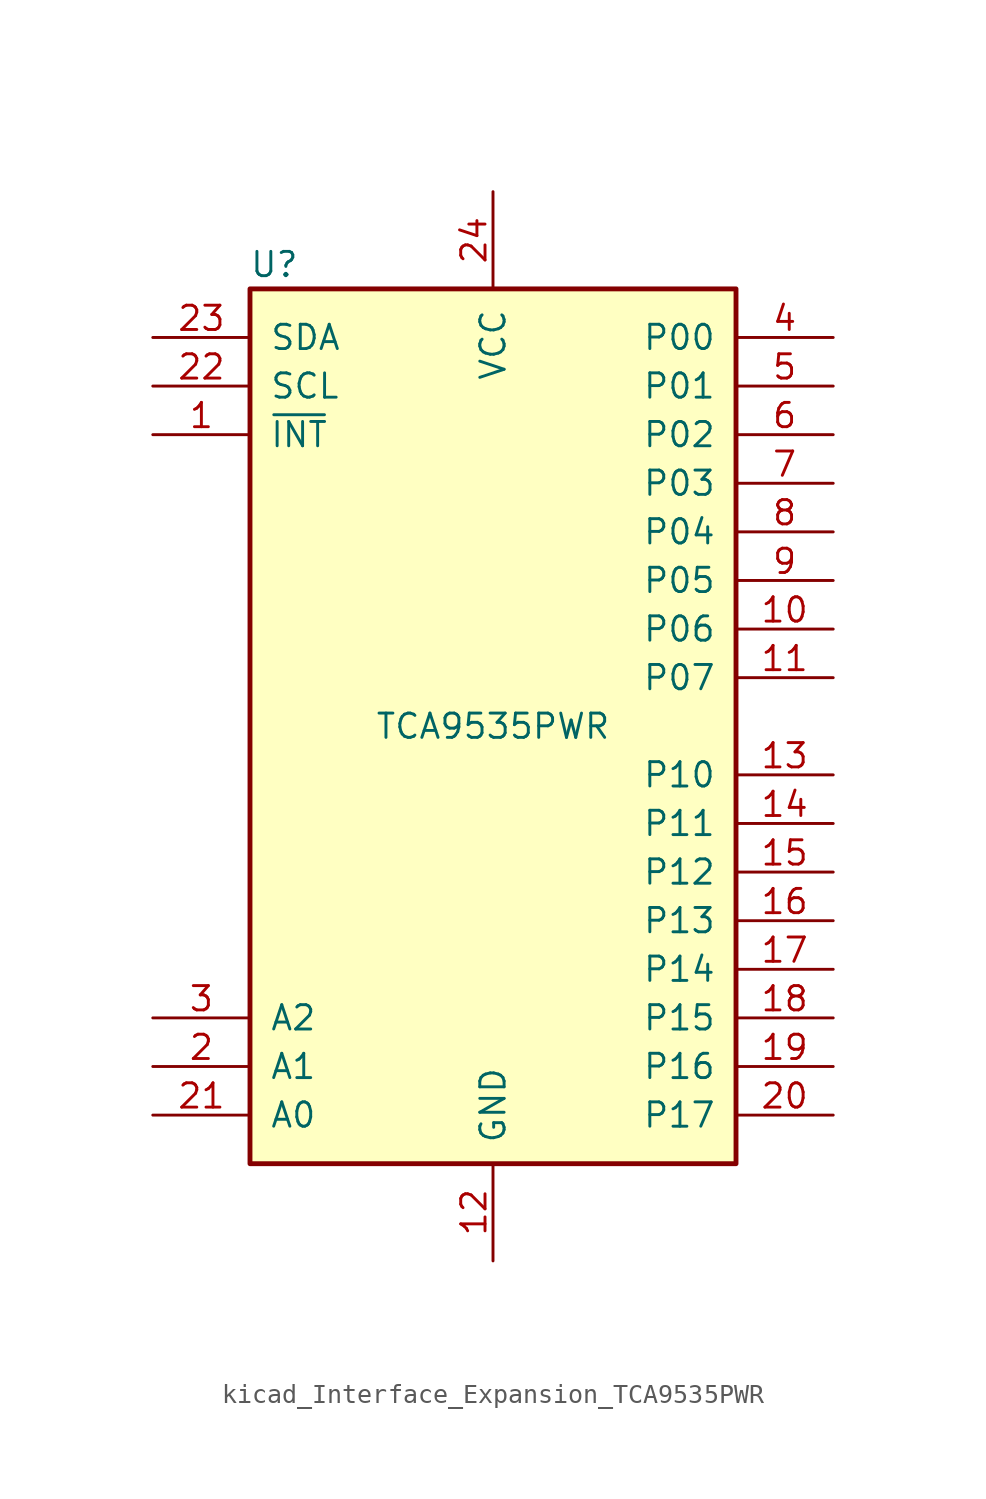
<source format=kicad_sym>
(kicad_symbol_lib
  (version 20220914)
  (generator kicad_symbol_editor)
  (symbol "kicad_Interface_Expansion_TCA9535PWR"
    (pin_names
      (offset 1.016))
    (property "Reference" "U"
      (at -11.43 24.13 0)
      (effects (font (size 1.27 1.27))))
    (property "Value" "TCA9535PWR"
      (at 0 0 0)
      (effects (font (size 1.27 1.27))))
    (symbol "kicad_Interface_Expansion_TCA9535PWR_0_1"
      (rectangle (start -12.7 22.86) (end 12.7 -22.86) (stroke (width 0.254) (type default)) (fill (type background))))
    (symbol "kicad_Interface_Expansion_TCA9535PWR_1_1"
      (pin open_collector line (at -17.78 15.24 0) (length 5.08) (name "~{INT}" (effects (font (size 1.27 1.27)))) (number "1" (effects (font (size 1.27 1.27)))))
      (pin bidirectional line (at 17.78 5.08 180) (length 5.08) (name "P06" (effects (font (size 1.27 1.27)))) (number "10" (effects (font (size 1.27 1.27)))))
      (pin bidirectional line (at 17.78 2.54 180) (length 5.08) (name "P07" (effects (font (size 1.27 1.27)))) (number "11" (effects (font (size 1.27 1.27)))))
      (pin power_in line (at 0 -27.94 90) (length 5.08) (name "GND" (effects (font (size 1.27 1.27)))) (number "12" (effects (font (size 1.27 1.27)))))
      (pin bidirectional line (at 17.78 -2.54 180) (length 5.08) (name "P10" (effects (font (size 1.27 1.27)))) (number "13" (effects (font (size 1.27 1.27)))))
      (pin bidirectional line (at 17.78 -5.08 180) (length 5.08) (name "P11" (effects (font (size 1.27 1.27)))) (number "14" (effects (font (size 1.27 1.27)))))
      (pin bidirectional line (at 17.78 -7.62 180) (length 5.08) (name "P12" (effects (font (size 1.27 1.27)))) (number "15" (effects (font (size 1.27 1.27)))))
      (pin bidirectional line (at 17.78 -10.16 180) (length 5.08) (name "P13" (effects (font (size 1.27 1.27)))) (number "16" (effects (font (size 1.27 1.27)))))
      (pin bidirectional line (at 17.78 -12.7 180) (length 5.08) (name "P14" (effects (font (size 1.27 1.27)))) (number "17" (effects (font (size 1.27 1.27)))))
      (pin bidirectional line (at 17.78 -15.24 180) (length 5.08) (name "P15" (effects (font (size 1.27 1.27)))) (number "18" (effects (font (size 1.27 1.27)))))
      (pin bidirectional line (at 17.78 -17.78 180) (length 5.08) (name "P16" (effects (font (size 1.27 1.27)))) (number "19" (effects (font (size 1.27 1.27)))))
      (pin input line (at -17.78 -17.78 0) (length 5.08) (name "A1" (effects (font (size 1.27 1.27)))) (number "2" (effects (font (size 1.27 1.27)))))
      (pin bidirectional line (at 17.78 -20.32 180) (length 5.08) (name "P17" (effects (font (size 1.27 1.27)))) (number "20" (effects (font (size 1.27 1.27)))))
      (pin input line (at -17.78 -20.32 0) (length 5.08) (name "A0" (effects (font (size 1.27 1.27)))) (number "21" (effects (font (size 1.27 1.27)))))
      (pin input line (at -17.78 17.78 0) (length 5.08) (name "SCL" (effects (font (size 1.27 1.27)))) (number "22" (effects (font (size 1.27 1.27)))))
      (pin bidirectional line (at -17.78 20.32 0) (length 5.08) (name "SDA" (effects (font (size 1.27 1.27)))) (number "23" (effects (font (size 1.27 1.27)))))
      (pin power_in line (at 0 27.94 270) (length 5.08) (name "VCC" (effects (font (size 1.27 1.27)))) (number "24" (effects (font (size 1.27 1.27)))))
      (pin input line (at -17.78 -15.24 0) (length 5.08) (name "A2" (effects (font (size 1.27 1.27)))) (number "3" (effects (font (size 1.27 1.27)))))
      (pin bidirectional line (at 17.78 20.32 180) (length 5.08) (name "P00" (effects (font (size 1.27 1.27)))) (number "4" (effects (font (size 1.27 1.27)))))
      (pin bidirectional line (at 17.78 17.78 180) (length 5.08) (name "P01" (effects (font (size 1.27 1.27)))) (number "5" (effects (font (size 1.27 1.27)))))
      (pin bidirectional line (at 17.78 15.24 180) (length 5.08) (name "P02" (effects (font (size 1.27 1.27)))) (number "6" (effects (font (size 1.27 1.27)))))
      (pin bidirectional line (at 17.78 12.7 180) (length 5.08) (name "P03" (effects (font (size 1.27 1.27)))) (number "7" (effects (font (size 1.27 1.27)))))
      (pin bidirectional line (at 17.78 10.16 180) (length 5.08) (name "P04" (effects (font (size 1.27 1.27)))) (number "8" (effects (font (size 1.27 1.27)))))
      (pin bidirectional line (at 17.78 7.62 180) (length 5.08) (name "P05" (effects (font (size 1.27 1.27)))) (number "9" (effects (font (size 1.27 1.27))))))))
</source>
